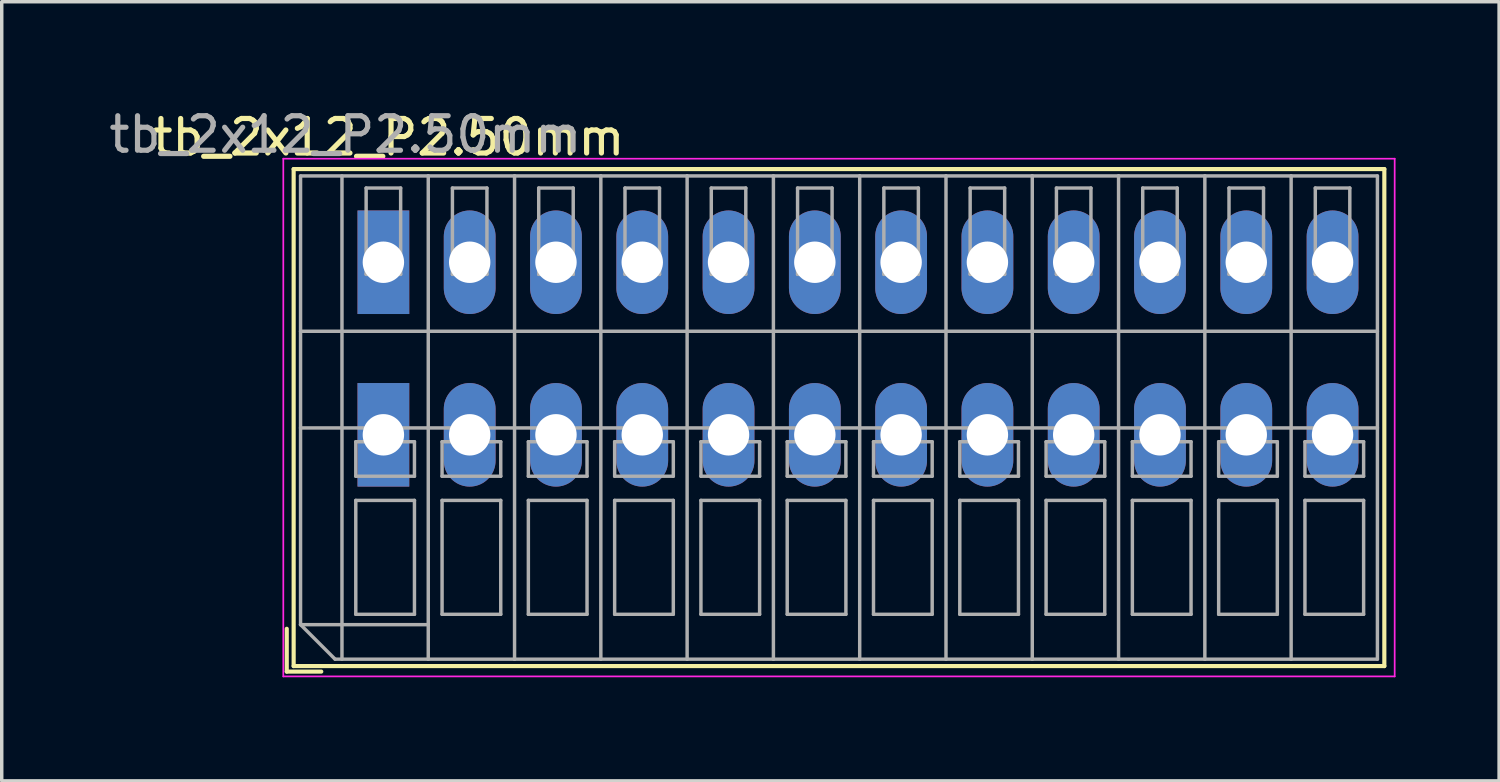
<source format=kicad_pcb>
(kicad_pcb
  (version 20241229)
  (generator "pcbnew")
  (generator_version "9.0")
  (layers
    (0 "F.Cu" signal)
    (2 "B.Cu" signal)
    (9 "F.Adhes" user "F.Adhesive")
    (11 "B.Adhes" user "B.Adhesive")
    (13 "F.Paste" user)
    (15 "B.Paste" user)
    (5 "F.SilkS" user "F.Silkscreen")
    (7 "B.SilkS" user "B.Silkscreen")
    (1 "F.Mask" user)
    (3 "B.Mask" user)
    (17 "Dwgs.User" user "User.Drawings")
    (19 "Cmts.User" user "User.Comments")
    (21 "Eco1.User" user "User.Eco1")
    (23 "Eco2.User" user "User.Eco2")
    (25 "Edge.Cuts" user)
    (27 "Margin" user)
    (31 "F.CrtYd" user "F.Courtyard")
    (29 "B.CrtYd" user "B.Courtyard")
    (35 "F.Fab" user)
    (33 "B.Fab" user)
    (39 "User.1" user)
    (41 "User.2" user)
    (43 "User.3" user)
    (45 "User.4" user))
  (footprint "tb_2x12_P2.50mm"
    (layer "F.Cu")
    (at 8.058 7.048)
    (property "Reference" "tb_2x12_P2.50mm" (at 0.15 -6.12 0) (layer "F.SilkS") (effects (font (size 1 1) (thickness 0.15))))
    (attr through_hole)
    (fp_line (start -2.8 8.12) (end -2.8 9.36) (stroke (width 0.12) (type solid)) (layer "F.SilkS"))
    (fp_line (start -2.8 9.36) (end -1.8 9.36) (stroke (width 0.12) (type solid)) (layer "F.SilkS"))
    (fp_line (start -2.6 -5.2) (end -2.6 9.2) (stroke (width 0.12) (type solid)) (layer "F.SilkS"))
    (fp_line (start -2.6 -5.2) (end 29 -5.2) (stroke (width 0.12) (type solid)) (layer "F.SilkS"))
    (fp_line (start -2.6 9.2) (end 29 9.2) (stroke (width 0.12) (type solid)) (layer "F.SilkS"))
    (fp_line (start 29 -5.2) (end 29 9.2) (stroke (width 0.12) (type solid)) (layer "F.SilkS"))
    (fp_line (start -2.9 -5.5) (end -2.9 9.5) (stroke (width 0.05) (type solid)) (layer "F.CrtYd"))
    (fp_line (start -2.9 9.5) (end 29.3 9.5) (stroke (width 0.05) (type solid)) (layer "F.CrtYd"))
    (fp_line (start 29.3 -5.5) (end -2.9 -5.5) (stroke (width 0.05) (type solid)) (layer "F.CrtYd"))
    (fp_line (start 29.3 -5.5) (end 29.3 9.5) (stroke (width 0.05) (type solid)) (layer "F.CrtYd"))
    (fp_line (start -2.4 -5) (end 1.3 -5) (stroke (width 0.1) (type solid)) (layer "F.Fab"))
    (fp_line (start -2.4 -0.5) (end 1.3 -0.5) (stroke (width 0.1) (type solid)) (layer "F.Fab"))
    (fp_line (start -2.4 2.3) (end 1.3 2.3) (stroke (width 0.1) (type solid)) (layer "F.Fab"))
    (fp_line (start -2.4 8) (end -2.4 -5) (stroke (width 0.1) (type solid)) (layer "F.Fab"))
    (fp_line (start -2.4 8) (end 1.3 8) (stroke (width 0.1) (type solid)) (layer "F.Fab"))
    (fp_line (start -1.4 9) (end -2.4 8) (stroke (width 0.1) (type solid)) (layer "F.Fab"))
    (fp_line (start -1.4 9) (end 1.3 9) (stroke (width 0.1) (type solid)) (layer "F.Fab"))
    (fp_line (start -1.2 -5) (end -1.2 9) (stroke (width 0.1) (type solid)) (layer "F.Fab"))
    (fp_line (start -0.8 2.7) (end -0.8 3.7) (stroke (width 0.1) (type solid)) (layer "F.Fab"))
    (fp_line (start -0.8 3.7) (end 0.9 3.7) (stroke (width 0.1) (type solid)) (layer "F.Fab"))
    (fp_line (start -0.8 4.4) (end -0.8 7.7) (stroke (width 0.1) (type solid)) (layer "F.Fab"))
    (fp_line (start -0.8 7.7) (end 0.9 7.7) (stroke (width 0.1) (type solid)) (layer "F.Fab"))
    (fp_line (start -0.5 -4.65) (end -0.5 -2.15) (stroke (width 0.1) (type solid)) (layer "F.Fab"))
    (fp_line (start -0.5 -2.15) (end 0.5 -2.15) (stroke (width 0.1) (type solid)) (layer "F.Fab"))
    (fp_line (start 0.5 -4.65) (end -0.5 -4.65) (stroke (width 0.1) (type solid)) (layer "F.Fab"))
    (fp_line (start 0.5 -2.15) (end 0.5 -4.65) (stroke (width 0.1) (type solid)) (layer "F.Fab"))
    (fp_line (start 0.9 2.7) (end -0.8 2.7) (stroke (width 0.1) (type solid)) (layer "F.Fab"))
    (fp_line (start 0.9 3.7) (end 0.9 2.7) (stroke (width 0.1) (type solid)) (layer "F.Fab"))
    (fp_line (start 0.9 4.4) (end -0.8 4.4) (stroke (width 0.1) (type solid)) (layer "F.Fab"))
    (fp_line (start 0.9 7.7) (end 0.9 4.4) (stroke (width 0.1) (type solid)) (layer "F.Fab"))
    (fp_line (start 1.3 -5) (end 3.8 -5) (stroke (width 0.1) (type solid)) (layer "F.Fab"))
    (fp_line (start 1.3 -0.5) (end 3.8 -0.5) (stroke (width 0.1) (type solid)) (layer "F.Fab"))
    (fp_line (start 1.3 2.3) (end 3.8 2.3) (stroke (width 0.1) (type solid)) (layer "F.Fab"))
    (fp_line (start 1.3 9) (end 1.3 -5) (stroke (width 0.1) (type solid)) (layer "F.Fab"))
    (fp_line (start 1.3 9) (end 3.8 9) (stroke (width 0.1) (type solid)) (layer "F.Fab"))
    (fp_line (start 1.7 2.7) (end 1.7 3.7) (stroke (width 0.1) (type solid)) (layer "F.Fab"))
    (fp_line (start 1.7 3.7) (end 3.4 3.7) (stroke (width 0.1) (type solid)) (layer "F.Fab"))
    (fp_line (start 1.7 4.4) (end 1.7 7.7) (stroke (width 0.1) (type solid)) (layer "F.Fab"))
    (fp_line (start 1.7 7.7) (end 3.4 7.7) (stroke (width 0.1) (type solid)) (layer "F.Fab"))
    (fp_line (start 2 -4.65) (end 2 -2.15) (stroke (width 0.1) (type solid)) (layer "F.Fab"))
    (fp_line (start 2 -2.15) (end 3 -2.15) (stroke (width 0.1) (type solid)) (layer "F.Fab"))
    (fp_line (start 3 -4.65) (end 2 -4.65) (stroke (width 0.1) (type solid)) (layer "F.Fab"))
    (fp_line (start 3 -2.15) (end 3 -4.65) (stroke (width 0.1) (type solid)) (layer "F.Fab"))
    (fp_line (start 3.4 2.7) (end 1.7 2.7) (stroke (width 0.1) (type solid)) (layer "F.Fab"))
    (fp_line (start 3.4 3.7) (end 3.4 2.7) (stroke (width 0.1) (type solid)) (layer "F.Fab"))
    (fp_line (start 3.4 4.4) (end 1.7 4.4) (stroke (width 0.1) (type solid)) (layer "F.Fab"))
    (fp_line (start 3.4 7.7) (end 3.4 4.4) (stroke (width 0.1) (type solid)) (layer "F.Fab"))
    (fp_line (start 3.8 -5) (end 6.3 -5) (stroke (width 0.1) (type solid)) (layer "F.Fab"))
    (fp_line (start 3.8 -0.5) (end 6.3 -0.5) (stroke (width 0.1) (type solid)) (layer "F.Fab"))
    (fp_line (start 3.8 2.3) (end 6.3 2.3) (stroke (width 0.1) (type solid)) (layer "F.Fab"))
    (fp_line (start 3.8 9) (end 3.8 -5) (stroke (width 0.1) (type solid)) (layer "F.Fab"))
    (fp_line (start 3.8 9) (end 6.3 9) (stroke (width 0.1) (type solid)) (layer "F.Fab"))
    (fp_line (start 4.2 2.7) (end 4.2 3.7) (stroke (width 0.1) (type solid)) (layer "F.Fab"))
    (fp_line (start 4.2 3.7) (end 5.9 3.7) (stroke (width 0.1) (type solid)) (layer "F.Fab"))
    (fp_line (start 4.2 4.4) (end 4.2 7.7) (stroke (width 0.1) (type solid)) (layer "F.Fab"))
    (fp_line (start 4.2 7.7) (end 5.9 7.7) (stroke (width 0.1) (type solid)) (layer "F.Fab"))
    (fp_line (start 4.5 -4.65) (end 4.5 -2.15) (stroke (width 0.1) (type solid)) (layer "F.Fab"))
    (fp_line (start 4.5 -2.15) (end 5.5 -2.15) (stroke (width 0.1) (type solid)) (layer "F.Fab"))
    (fp_line (start 5.5 -4.65) (end 4.5 -4.65) (stroke (width 0.1) (type solid)) (layer "F.Fab"))
    (fp_line (start 5.5 -2.15) (end 5.5 -4.65) (stroke (width 0.1) (type solid)) (layer "F.Fab"))
    (fp_line (start 5.9 2.7) (end 4.2 2.7) (stroke (width 0.1) (type solid)) (layer "F.Fab"))
    (fp_line (start 5.9 3.7) (end 5.9 2.7) (stroke (width 0.1) (type solid)) (layer "F.Fab"))
    (fp_line (start 5.9 4.4) (end 4.2 4.4) (stroke (width 0.1) (type solid)) (layer "F.Fab"))
    (fp_line (start 5.9 7.7) (end 5.9 4.4) (stroke (width 0.1) (type solid)) (layer "F.Fab"))
    (fp_line (start 6.3 -5) (end 8.8 -5) (stroke (width 0.1) (type solid)) (layer "F.Fab"))
    (fp_line (start 6.3 -0.5) (end 8.8 -0.5) (stroke (width 0.1) (type solid)) (layer "F.Fab"))
    (fp_line (start 6.3 2.3) (end 8.8 2.3) (stroke (width 0.1) (type solid)) (layer "F.Fab"))
    (fp_line (start 6.3 9) (end 6.3 -5) (stroke (width 0.1) (type solid)) (layer "F.Fab"))
    (fp_line (start 6.3 9) (end 8.8 9) (stroke (width 0.1) (type solid)) (layer "F.Fab"))
    (fp_line (start 6.7 2.7) (end 6.7 3.7) (stroke (width 0.1) (type solid)) (layer "F.Fab"))
    (fp_line (start 6.7 3.7) (end 8.4 3.7) (stroke (width 0.1) (type solid)) (layer "F.Fab"))
    (fp_line (start 6.7 4.4) (end 6.7 7.7) (stroke (width 0.1) (type solid)) (layer "F.Fab"))
    (fp_line (start 6.7 7.7) (end 8.4 7.7) (stroke (width 0.1) (type solid)) (layer "F.Fab"))
    (fp_line (start 7 -4.65) (end 7 -2.15) (stroke (width 0.1) (type solid)) (layer "F.Fab"))
    (fp_line (start 7 -2.15) (end 8 -2.15) (stroke (width 0.1) (type solid)) (layer "F.Fab"))
    (fp_line (start 8 -4.65) (end 7 -4.65) (stroke (width 0.1) (type solid)) (layer "F.Fab"))
    (fp_line (start 8 -2.15) (end 8 -4.65) (stroke (width 0.1) (type solid)) (layer "F.Fab"))
    (fp_line (start 8.4 2.7) (end 6.7 2.7) (stroke (width 0.1) (type solid)) (layer "F.Fab"))
    (fp_line (start 8.4 3.7) (end 8.4 2.7) (stroke (width 0.1) (type solid)) (layer "F.Fab"))
    (fp_line (start 8.4 4.4) (end 6.7 4.4) (stroke (width 0.1) (type solid)) (layer "F.Fab"))
    (fp_line (start 8.4 7.7) (end 8.4 4.4) (stroke (width 0.1) (type solid)) (layer "F.Fab"))
    (fp_line (start 8.8 -5) (end 11.3 -5) (stroke (width 0.1) (type solid)) (layer "F.Fab"))
    (fp_line (start 8.8 -0.5) (end 11.3 -0.5) (stroke (width 0.1) (type solid)) (layer "F.Fab"))
    (fp_line (start 8.8 2.3) (end 11.3 2.3) (stroke (width 0.1) (type solid)) (layer "F.Fab"))
    (fp_line (start 8.8 9) (end 8.8 -5) (stroke (width 0.1) (type solid)) (layer "F.Fab"))
    (fp_line (start 8.8 9) (end 11.3 9) (stroke (width 0.1) (type solid)) (layer "F.Fab"))
    (fp_line (start 9.2 2.7) (end 9.2 3.7) (stroke (width 0.1) (type solid)) (layer "F.Fab"))
    (fp_line (start 9.2 3.7) (end 10.9 3.7) (stroke (width 0.1) (type solid)) (layer "F.Fab"))
    (fp_line (start 9.2 4.4) (end 9.2 7.7) (stroke (width 0.1) (type solid)) (layer "F.Fab"))
    (fp_line (start 9.2 7.7) (end 10.9 7.7) (stroke (width 0.1) (type solid)) (layer "F.Fab"))
    (fp_line (start 9.5 -4.65) (end 9.5 -2.15) (stroke (width 0.1) (type solid)) (layer "F.Fab"))
    (fp_line (start 9.5 -2.15) (end 10.5 -2.15) (stroke (width 0.1) (type solid)) (layer "F.Fab"))
    (fp_line (start 10.5 -4.65) (end 9.5 -4.65) (stroke (width 0.1) (type solid)) (layer "F.Fab"))
    (fp_line (start 10.5 -2.15) (end 10.5 -4.65) (stroke (width 0.1) (type solid)) (layer "F.Fab"))
    (fp_line (start 10.9 2.7) (end 9.2 2.7) (stroke (width 0.1) (type solid)) (layer "F.Fab"))
    (fp_line (start 10.9 3.7) (end 10.9 2.7) (stroke (width 0.1) (type solid)) (layer "F.Fab"))
    (fp_line (start 10.9 4.4) (end 9.2 4.4) (stroke (width 0.1) (type solid)) (layer "F.Fab"))
    (fp_line (start 10.9 7.7) (end 10.9 4.4) (stroke (width 0.1) (type solid)) (layer "F.Fab"))
    (fp_line (start 11.3 -5) (end 13.8 -5) (stroke (width 0.1) (type solid)) (layer "F.Fab"))
    (fp_line (start 11.3 -0.5) (end 13.8 -0.5) (stroke (width 0.1) (type solid)) (layer "F.Fab"))
    (fp_line (start 11.3 2.3) (end 13.8 2.3) (stroke (width 0.1) (type solid)) (layer "F.Fab"))
    (fp_line (start 11.3 9) (end 11.3 -5) (stroke (width 0.1) (type solid)) (layer "F.Fab"))
    (fp_line (start 11.3 9) (end 13.8 9) (stroke (width 0.1) (type solid)) (layer "F.Fab"))
    (fp_line (start 11.7 2.7) (end 11.7 3.7) (stroke (width 0.1) (type solid)) (layer "F.Fab"))
    (fp_line (start 11.7 3.7) (end 13.4 3.7) (stroke (width 0.1) (type solid)) (layer "F.Fab"))
    (fp_line (start 11.7 4.4) (end 11.7 7.7) (stroke (width 0.1) (type solid)) (layer "F.Fab"))
    (fp_line (start 11.7 7.7) (end 13.4 7.7) (stroke (width 0.1) (type solid)) (layer "F.Fab"))
    (fp_line (start 12 -4.65) (end 12 -2.15) (stroke (width 0.1) (type solid)) (layer "F.Fab"))
    (fp_line (start 12 -2.15) (end 13 -2.15) (stroke (width 0.1) (type solid)) (layer "F.Fab"))
    (fp_line (start 13 -4.65) (end 12 -4.65) (stroke (width 0.1) (type solid)) (layer "F.Fab"))
    (fp_line (start 13 -2.15) (end 13 -4.65) (stroke (width 0.1) (type solid)) (layer "F.Fab"))
    (fp_line (start 13.4 2.7) (end 11.7 2.7) (stroke (width 0.1) (type solid)) (layer "F.Fab"))
    (fp_line (start 13.4 3.7) (end 13.4 2.7) (stroke (width 0.1) (type solid)) (layer "F.Fab"))
    (fp_line (start 13.4 4.4) (end 11.7 4.4) (stroke (width 0.1) (type solid)) (layer "F.Fab"))
    (fp_line (start 13.4 7.7) (end 13.4 4.4) (stroke (width 0.1) (type solid)) (layer "F.Fab"))
    (fp_line (start 13.8 -5) (end 16.3 -5) (stroke (width 0.1) (type solid)) (layer "F.Fab"))
    (fp_line (start 13.8 -0.5) (end 16.3 -0.5) (stroke (width 0.1) (type solid)) (layer "F.Fab"))
    (fp_line (start 13.8 2.3) (end 16.3 2.3) (stroke (width 0.1) (type solid)) (layer "F.Fab"))
    (fp_line (start 13.8 9) (end 13.8 -5) (stroke (width 0.1) (type solid)) (layer "F.Fab"))
    (fp_line (start 13.8 9) (end 16.3 9) (stroke (width 0.1) (type solid)) (layer "F.Fab"))
    (fp_line (start 14.2 2.7) (end 14.2 3.7) (stroke (width 0.1) (type solid)) (layer "F.Fab"))
    (fp_line (start 14.2 3.7) (end 15.9 3.7) (stroke (width 0.1) (type solid)) (layer "F.Fab"))
    (fp_line (start 14.2 4.4) (end 14.2 7.7) (stroke (width 0.1) (type solid)) (layer "F.Fab"))
    (fp_line (start 14.2 7.7) (end 15.9 7.7) (stroke (width 0.1) (type solid)) (layer "F.Fab"))
    (fp_line (start 14.5 -4.65) (end 14.5 -2.15) (stroke (width 0.1) (type solid)) (layer "F.Fab"))
    (fp_line (start 14.5 -2.15) (end 15.5 -2.15) (stroke (width 0.1) (type solid)) (layer "F.Fab"))
    (fp_line (start 15.5 -4.65) (end 14.5 -4.65) (stroke (width 0.1) (type solid)) (layer "F.Fab"))
    (fp_line (start 15.5 -2.15) (end 15.5 -4.65) (stroke (width 0.1) (type solid)) (layer "F.Fab"))
    (fp_line (start 15.9 2.7) (end 14.2 2.7) (stroke (width 0.1) (type solid)) (layer "F.Fab"))
    (fp_line (start 15.9 3.7) (end 15.9 2.7) (stroke (width 0.1) (type solid)) (layer "F.Fab"))
    (fp_line (start 15.9 4.4) (end 14.2 4.4) (stroke (width 0.1) (type solid)) (layer "F.Fab"))
    (fp_line (start 15.9 7.7) (end 15.9 4.4) (stroke (width 0.1) (type solid)) (layer "F.Fab"))
    (fp_line (start 16.3 -5) (end 18.8 -5) (stroke (width 0.1) (type solid)) (layer "F.Fab"))
    (fp_line (start 16.3 -0.5) (end 18.8 -0.5) (stroke (width 0.1) (type solid)) (layer "F.Fab"))
    (fp_line (start 16.3 2.3) (end 18.8 2.3) (stroke (width 0.1) (type solid)) (layer "F.Fab"))
    (fp_line (start 16.3 9) (end 16.3 -5) (stroke (width 0.1) (type solid)) (layer "F.Fab"))
    (fp_line (start 16.3 9) (end 18.8 9) (stroke (width 0.1) (type solid)) (layer "F.Fab"))
    (fp_line (start 16.7 2.7) (end 16.7 3.7) (stroke (width 0.1) (type solid)) (layer "F.Fab"))
    (fp_line (start 16.7 3.7) (end 18.4 3.7) (stroke (width 0.1) (type solid)) (layer "F.Fab"))
    (fp_line (start 16.7 4.4) (end 16.7 7.7) (stroke (width 0.1) (type solid)) (layer "F.Fab"))
    (fp_line (start 16.7 7.7) (end 18.4 7.7) (stroke (width 0.1) (type solid)) (layer "F.Fab"))
    (fp_line (start 17 -4.65) (end 17 -2.15) (stroke (width 0.1) (type solid)) (layer "F.Fab"))
    (fp_line (start 17 -2.15) (end 18 -2.15) (stroke (width 0.1) (type solid)) (layer "F.Fab"))
    (fp_line (start 18 -4.65) (end 17 -4.65) (stroke (width 0.1) (type solid)) (layer "F.Fab"))
    (fp_line (start 18 -2.15) (end 18 -4.65) (stroke (width 0.1) (type solid)) (layer "F.Fab"))
    (fp_line (start 18.4 2.7) (end 16.7 2.7) (stroke (width 0.1) (type solid)) (layer "F.Fab"))
    (fp_line (start 18.4 3.7) (end 18.4 2.7) (stroke (width 0.1) (type solid)) (layer "F.Fab"))
    (fp_line (start 18.4 4.4) (end 16.7 4.4) (stroke (width 0.1) (type solid)) (layer "F.Fab"))
    (fp_line (start 18.4 7.7) (end 18.4 4.4) (stroke (width 0.1) (type solid)) (layer "F.Fab"))
    (fp_line (start 18.8 -5) (end 21.3 -5) (stroke (width 0.1) (type solid)) (layer "F.Fab"))
    (fp_line (start 18.8 -0.5) (end 21.3 -0.5) (stroke (width 0.1) (type solid)) (layer "F.Fab"))
    (fp_line (start 18.8 2.3) (end 21.3 2.3) (stroke (width 0.1) (type solid)) (layer "F.Fab"))
    (fp_line (start 18.8 9) (end 18.8 -5) (stroke (width 0.1) (type solid)) (layer "F.Fab"))
    (fp_line (start 18.8 9) (end 21.3 9) (stroke (width 0.1) (type solid)) (layer "F.Fab"))
    (fp_line (start 19.2 2.7) (end 19.2 3.7) (stroke (width 0.1) (type solid)) (layer "F.Fab"))
    (fp_line (start 19.2 3.7) (end 20.9 3.7) (stroke (width 0.1) (type solid)) (layer "F.Fab"))
    (fp_line (start 19.2 4.4) (end 19.2 7.7) (stroke (width 0.1) (type solid)) (layer "F.Fab"))
    (fp_line (start 19.2 7.7) (end 20.9 7.7) (stroke (width 0.1) (type solid)) (layer "F.Fab"))
    (fp_line (start 19.5 -4.65) (end 19.5 -2.15) (stroke (width 0.1) (type solid)) (layer "F.Fab"))
    (fp_line (start 19.5 -2.15) (end 20.5 -2.15) (stroke (width 0.1) (type solid)) (layer "F.Fab"))
    (fp_line (start 20.5 -4.65) (end 19.5 -4.65) (stroke (width 0.1) (type solid)) (layer "F.Fab"))
    (fp_line (start 20.5 -2.15) (end 20.5 -4.65) (stroke (width 0.1) (type solid)) (layer "F.Fab"))
    (fp_line (start 20.9 2.7) (end 19.2 2.7) (stroke (width 0.1) (type solid)) (layer "F.Fab"))
    (fp_line (start 20.9 3.7) (end 20.9 2.7) (stroke (width 0.1) (type solid)) (layer "F.Fab"))
    (fp_line (start 20.9 4.4) (end 19.2 4.4) (stroke (width 0.1) (type solid)) (layer "F.Fab"))
    (fp_line (start 20.9 7.7) (end 20.9 4.4) (stroke (width 0.1) (type solid)) (layer "F.Fab"))
    (fp_line (start 21.3 -5) (end 23.8 -5) (stroke (width 0.1) (type solid)) (layer "F.Fab"))
    (fp_line (start 21.3 -0.5) (end 23.8 -0.5) (stroke (width 0.1) (type solid)) (layer "F.Fab"))
    (fp_line (start 21.3 2.3) (end 23.8 2.3) (stroke (width 0.1) (type solid)) (layer "F.Fab"))
    (fp_line (start 21.3 9) (end 21.3 -5) (stroke (width 0.1) (type solid)) (layer "F.Fab"))
    (fp_line (start 21.3 9) (end 23.8 9) (stroke (width 0.1) (type solid)) (layer "F.Fab"))
    (fp_line (start 21.7 2.7) (end 21.7 3.7) (stroke (width 0.1) (type solid)) (layer "F.Fab"))
    (fp_line (start 21.7 3.7) (end 23.4 3.7) (stroke (width 0.1) (type solid)) (layer "F.Fab"))
    (fp_line (start 21.7 4.4) (end 21.7 7.7) (stroke (width 0.1) (type solid)) (layer "F.Fab"))
    (fp_line (start 21.7 7.7) (end 23.4 7.7) (stroke (width 0.1) (type solid)) (layer "F.Fab"))
    (fp_line (start 22 -4.65) (end 22 -2.15) (stroke (width 0.1) (type solid)) (layer "F.Fab"))
    (fp_line (start 22 -2.15) (end 23 -2.15) (stroke (width 0.1) (type solid)) (layer "F.Fab"))
    (fp_line (start 23 -4.65) (end 22 -4.65) (stroke (width 0.1) (type solid)) (layer "F.Fab"))
    (fp_line (start 23 -2.15) (end 23 -4.65) (stroke (width 0.1) (type solid)) (layer "F.Fab"))
    (fp_line (start 23.4 2.7) (end 21.7 2.7) (stroke (width 0.1) (type solid)) (layer "F.Fab"))
    (fp_line (start 23.4 3.7) (end 23.4 2.7) (stroke (width 0.1) (type solid)) (layer "F.Fab"))
    (fp_line (start 23.4 4.4) (end 21.7 4.4) (stroke (width 0.1) (type solid)) (layer "F.Fab"))
    (fp_line (start 23.4 7.7) (end 23.4 4.4) (stroke (width 0.1) (type solid)) (layer "F.Fab"))
    (fp_line (start 23.8 -5) (end 26.3 -5) (stroke (width 0.1) (type solid)) (layer "F.Fab"))
    (fp_line (start 23.8 -0.5) (end 26.3 -0.5) (stroke (width 0.1) (type solid)) (layer "F.Fab"))
    (fp_line (start 23.8 2.3) (end 26.3 2.3) (stroke (width 0.1) (type solid)) (layer "F.Fab"))
    (fp_line (start 23.8 9) (end 23.8 -5) (stroke (width 0.1) (type solid)) (layer "F.Fab"))
    (fp_line (start 23.8 9) (end 26.3 9) (stroke (width 0.1) (type solid)) (layer "F.Fab"))
    (fp_line (start 24.2 2.7) (end 24.2 3.7) (stroke (width 0.1) (type solid)) (layer "F.Fab"))
    (fp_line (start 24.2 3.7) (end 25.9 3.7) (stroke (width 0.1) (type solid)) (layer "F.Fab"))
    (fp_line (start 24.2 4.4) (end 24.2 7.7) (stroke (width 0.1) (type solid)) (layer "F.Fab"))
    (fp_line (start 24.2 7.7) (end 25.9 7.7) (stroke (width 0.1) (type solid)) (layer "F.Fab"))
    (fp_line (start 24.5 -4.65) (end 24.5 -2.15) (stroke (width 0.1) (type solid)) (layer "F.Fab"))
    (fp_line (start 24.5 -2.15) (end 25.5 -2.15) (stroke (width 0.1) (type solid)) (layer "F.Fab"))
    (fp_line (start 25.5 -4.65) (end 24.5 -4.65) (stroke (width 0.1) (type solid)) (layer "F.Fab"))
    (fp_line (start 25.5 -2.15) (end 25.5 -4.65) (stroke (width 0.1) (type solid)) (layer "F.Fab"))
    (fp_line (start 25.9 2.7) (end 24.2 2.7) (stroke (width 0.1) (type solid)) (layer "F.Fab"))
    (fp_line (start 25.9 3.7) (end 25.9 2.7) (stroke (width 0.1) (type solid)) (layer "F.Fab"))
    (fp_line (start 25.9 4.4) (end 24.2 4.4) (stroke (width 0.1) (type solid)) (layer "F.Fab"))
    (fp_line (start 25.9 7.7) (end 25.9 4.4) (stroke (width 0.1) (type solid)) (layer "F.Fab"))
    (fp_line (start 26.3 -5) (end 28.8 -5) (stroke (width 0.1) (type solid)) (layer "F.Fab"))
    (fp_line (start 26.3 -0.5) (end 28.8 -0.5) (stroke (width 0.1) (type solid)) (layer "F.Fab"))
    (fp_line (start 26.3 2.3) (end 28.8 2.3) (stroke (width 0.1) (type solid)) (layer "F.Fab"))
    (fp_line (start 26.3 9) (end 26.3 -5) (stroke (width 0.1) (type solid)) (layer "F.Fab"))
    (fp_line (start 26.3 9) (end 28.8 9) (stroke (width 0.1) (type solid)) (layer "F.Fab"))
    (fp_line (start 26.7 2.7) (end 26.7 3.7) (stroke (width 0.1) (type solid)) (layer "F.Fab"))
    (fp_line (start 26.7 3.7) (end 28.4 3.7) (stroke (width 0.1) (type solid)) (layer "F.Fab"))
    (fp_line (start 26.7 4.4) (end 26.7 7.7) (stroke (width 0.1) (type solid)) (layer "F.Fab"))
    (fp_line (start 26.7 7.7) (end 28.4 7.7) (stroke (width 0.1) (type solid)) (layer "F.Fab"))
    (fp_line (start 27 -4.65) (end 27 -2.15) (stroke (width 0.1) (type solid)) (layer "F.Fab"))
    (fp_line (start 27 -2.15) (end 28 -2.15) (stroke (width 0.1) (type solid)) (layer "F.Fab"))
    (fp_line (start 28 -4.65) (end 27 -4.65) (stroke (width 0.1) (type solid)) (layer "F.Fab"))
    (fp_line (start 28 -2.15) (end 28 -4.65) (stroke (width 0.1) (type solid)) (layer "F.Fab"))
    (fp_line (start 28.4 2.7) (end 26.7 2.7) (stroke (width 0.1) (type solid)) (layer "F.Fab"))
    (fp_line (start 28.4 3.7) (end 28.4 2.7) (stroke (width 0.1) (type solid)) (layer "F.Fab"))
    (fp_line (start 28.4 4.4) (end 26.7 4.4) (stroke (width 0.1) (type solid)) (layer "F.Fab"))
    (fp_line (start 28.4 7.7) (end 28.4 4.4) (stroke (width 0.1) (type solid)) (layer "F.Fab"))
    (fp_line (start 28.8 9) (end 28.8 -5) (stroke (width 0.1) (type solid)) (layer "F.Fab"))
    (fp_text user "${REFERENCE}" (at -1.1 -6.2 0) (layer "F.Fab") (effects (font (size 1 1) (thickness 0.15))))
    (pad "1" thru_hole rect (at 0 -2.5) (size 1.5 3) (drill 1.2) (layers "*.Cu" "*.Mask"))
    (pad "1" thru_hole rect (at 0 2.5) (size 1.5 3) (drill 1.2) (layers "*.Cu" "*.Mask"))
    (pad "2" thru_hole oval (at 2.5 -2.5) (size 1.5 3) (drill 1.2) (layers "*.Cu" "*.Mask"))
    (pad "2" thru_hole oval (at 2.5 2.5) (size 1.5 3) (drill 1.2) (layers "*.Cu" "*.Mask"))
    (pad "3" thru_hole oval (at 5 -2.5) (size 1.5 3) (drill 1.2) (layers "*.Cu" "*.Mask"))
    (pad "3" thru_hole oval (at 5 2.5) (size 1.5 3) (drill 1.2) (layers "*.Cu" "*.Mask"))
    (pad "4" thru_hole oval (at 7.5 -2.5) (size 1.5 3) (drill 1.2) (layers "*.Cu" "*.Mask"))
    (pad "4" thru_hole oval (at 7.5 2.5) (size 1.5 3) (drill 1.2) (layers "*.Cu" "*.Mask"))
    (pad "5" thru_hole oval (at 10 -2.5) (size 1.5 3) (drill 1.2) (layers "*.Cu" "*.Mask"))
    (pad "5" thru_hole oval (at 10 2.5) (size 1.5 3) (drill 1.2) (layers "*.Cu" "*.Mask"))
    (pad "6" thru_hole oval (at 12.5 -2.5) (size 1.5 3) (drill 1.2) (layers "*.Cu" "*.Mask"))
    (pad "6" thru_hole oval (at 12.5 2.5) (size 1.5 3) (drill 1.2) (layers "*.Cu" "*.Mask"))
    (pad "7" thru_hole oval (at 15 -2.5) (size 1.5 3) (drill 1.2) (layers "*.Cu" "*.Mask"))
    (pad "7" thru_hole oval (at 15 2.5) (size 1.5 3) (drill 1.2) (layers "*.Cu" "*.Mask"))
    (pad "8" thru_hole oval (at 17.5 -2.5) (size 1.5 3) (drill 1.2) (layers "*.Cu" "*.Mask"))
    (pad "8" thru_hole oval (at 17.5 2.5) (size 1.5 3) (drill 1.2) (layers "*.Cu" "*.Mask"))
    (pad "9" thru_hole oval (at 20 -2.5) (size 1.5 3) (drill 1.2) (layers "*.Cu" "*.Mask"))
    (pad "9" thru_hole oval (at 20 2.5) (size 1.5 3) (drill 1.2) (layers "*.Cu" "*.Mask"))
    (pad "10" thru_hole oval (at 22.5 -2.5) (size 1.5 3) (drill 1.2) (layers "*.Cu" "*.Mask"))
    (pad "10" thru_hole oval (at 22.5 2.5) (size 1.5 3) (drill 1.2) (layers "*.Cu" "*.Mask"))
    (pad "11" thru_hole oval (at 25 -2.5) (size 1.5 3) (drill 1.2) (layers "*.Cu" "*.Mask"))
    (pad "11" thru_hole oval (at 25 2.5) (size 1.5 3) (drill 1.2) (layers "*.Cu" "*.Mask"))
    (pad "12" thru_hole oval (at 27.5 -2.5) (size 1.5 3) (drill 1.2) (layers "*.Cu" "*.Mask"))
    (pad "12" thru_hole oval (at 27.5 2.5) (size 1.5 3) (drill 1.2) (layers "*.Cu" "*.Mask")))
  (gr_rect
    (start -3 -3)
    (end 40.383 19.573)
    (stroke (width 0.1) (type default))
    (fill no)
    (layer "Edge.Cuts")))
</source>
